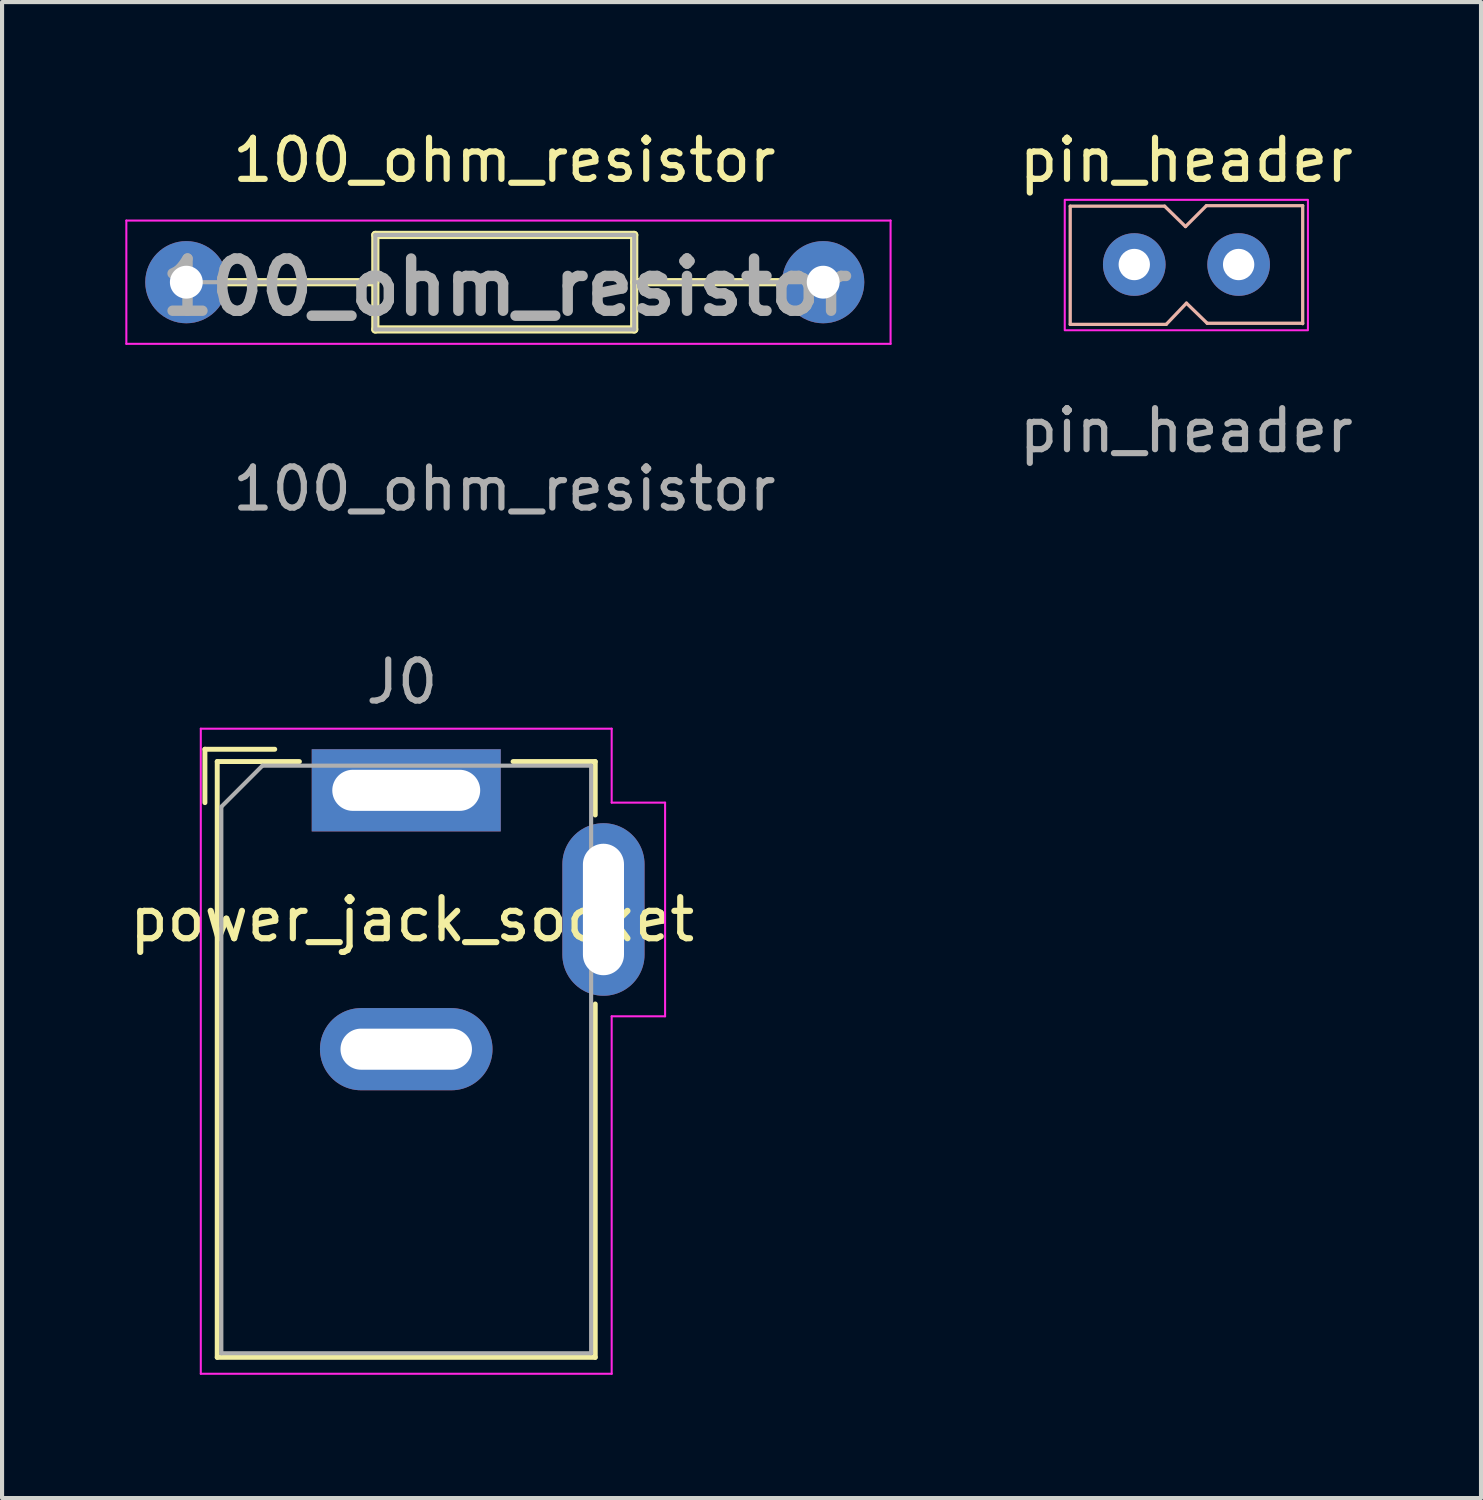
<source format=kicad_pcb>
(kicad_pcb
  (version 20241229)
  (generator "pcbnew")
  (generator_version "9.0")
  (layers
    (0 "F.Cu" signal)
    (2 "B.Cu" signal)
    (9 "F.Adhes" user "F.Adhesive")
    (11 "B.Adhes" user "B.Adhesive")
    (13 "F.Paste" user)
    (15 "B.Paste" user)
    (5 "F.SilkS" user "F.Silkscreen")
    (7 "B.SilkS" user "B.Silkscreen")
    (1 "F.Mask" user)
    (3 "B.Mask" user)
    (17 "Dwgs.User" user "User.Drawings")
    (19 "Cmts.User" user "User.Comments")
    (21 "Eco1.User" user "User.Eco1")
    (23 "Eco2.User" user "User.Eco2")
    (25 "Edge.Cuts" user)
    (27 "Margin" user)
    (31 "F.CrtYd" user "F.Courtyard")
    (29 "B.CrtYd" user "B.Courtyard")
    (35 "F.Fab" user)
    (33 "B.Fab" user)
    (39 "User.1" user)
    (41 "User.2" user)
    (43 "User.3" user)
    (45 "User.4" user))
  (footprint "power_jack_socket"
    (layer "F.Cu")
    (at 6.757 23.705)
    (property "Reference" "power_jack_socket" (at 0.225 -4.375 0) (unlocked yes) (layer "F.SilkS") (effects (font (size 1 1) (thickness 0.15))))
    (attr through_hole)
    (fp_line (start -4.82 -8.52) (end -4.82 -7.22) (stroke (width 0.12) (type solid)) (layer "F.SilkS"))
    (fp_line (start -4.52 -8.22) (end -2.52 -8.22) (stroke (width 0.12) (type solid)) (layer "F.SilkS"))
    (fp_line (start -4.52 6.28) (end -4.52 -8.22) (stroke (width 0.12) (type solid)) (layer "F.SilkS"))
    (fp_line (start -3.12 -8.52) (end -4.82 -8.52) (stroke (width 0.12) (type solid)) (layer "F.SilkS"))
    (fp_line (start 2.68 -8.22) (end 4.68 -8.22) (stroke (width 0.12) (type solid)) (layer "F.SilkS"))
    (fp_line (start 4.68 -8.22) (end 4.68 -6.92) (stroke (width 0.12) (type solid)) (layer "F.SilkS"))
    (fp_line (start 4.68 -2.32) (end 4.68 6.28) (stroke (width 0.12) (type solid)) (layer "F.SilkS"))
    (fp_line (start 4.68 6.28) (end -4.52 6.28) (stroke (width 0.12) (type solid)) (layer "F.SilkS"))
    (fp_line (start -4.92 -9.02) (end -4.92 6.68) (stroke (width 0.05) (type solid)) (layer "F.CrtYd"))
    (fp_line (start -4.92 6.68) (end 5.08 6.68) (stroke (width 0.05) (type solid)) (layer "F.CrtYd"))
    (fp_line (start 5.08 -9.02) (end -4.92 -9.02) (stroke (width 0.05) (type solid)) (layer "F.CrtYd"))
    (fp_line (start 5.08 -7.22) (end 5.08 -9.02) (stroke (width 0.05) (type solid)) (layer "F.CrtYd"))
    (fp_line (start 5.08 6.68) (end 5.08 -2.02) (stroke (width 0.05) (type solid)) (layer "F.CrtYd"))
    (fp_line (start 6.38 -7.22) (end 5.08 -7.22) (stroke (width 0.05) (type solid)) (layer "F.CrtYd"))
    (fp_line (start 6.38 -7.22) (end 6.38 -2.02) (stroke (width 0.05) (type solid)) (layer "F.CrtYd"))
    (fp_line (start 6.38 -2.02) (end 5.08 -2.02) (stroke (width 0.05) (type solid)) (layer "F.CrtYd"))
    (fp_line (start -4.42 -7.12) (end -3.42 -8.12) (stroke (width 0.1) (type solid)) (layer "F.Fab"))
    (fp_line (start -4.42 6.18) (end -4.42 -7.12) (stroke (width 0.1) (type solid)) (layer "F.Fab"))
    (fp_line (start 4.58 -8.12) (end -3.42 -8.12) (stroke (width 0.1) (type solid)) (layer "F.Fab"))
    (fp_line (start 4.58 -8.12) (end 4.58 6.18) (stroke (width 0.1) (type solid)) (layer "F.Fab"))
    (fp_line (start 4.58 6.18) (end -4.42 6.18) (stroke (width 0.1) (type solid)) (layer "F.Fab"))
    (fp_text user "J0" (at -0.025 -10.16 0) (unlocked yes) (layer "F.Fab") (effects (font (size 1 1) (thickness 0.15))))
    (pad "1" thru_hole rect (at 0.08 -7.52) (size 4.6 2) (drill oval 3.6 1) (layers "*.Cu" "*.Mask"))
    (pad "2" thru_hole oval (at 0.08 -1.22) (size 4.2 2) (drill oval 3.2 1) (layers "*.Cu" "*.Mask"))
    (pad "3" thru_hole oval (at 4.88 -4.62) (size 2 4.2) (drill oval 1 3.2) (layers "*.Cu" "*.Mask")))
  (footprint "pin_header"
    (layer "F.Cu")
    (at 25.823 3.388)
    (property "Reference" "pin_header" (at 0 -2.54 0) (unlocked yes) (layer "F.SilkS") (effects (font (size 1 1) (thickness 0.15))))
    (attr through_hole)
    (fp_line (start -2.826 -1.42) (end -2.826 1.457) (stroke (width 0.08) (type solid)) (layer "B.SilkS"))
    (fp_line (start -2.826 1.457) (end -0.49 1.457) (stroke (width 0.08) (type solid)) (layer "B.SilkS"))
    (fp_line (start -0.528 -1.42) (end -2.826 -1.42) (stroke (width 0.08) (type solid)) (layer "B.SilkS"))
    (fp_line (start -0.02 -0.924) (end -0.528 -1.42) (stroke (width 0.08) (type solid)) (layer "B.SilkS"))
    (fp_line (start -0.02 -0.924) (end 0.488 -1.432) (stroke (width 0.08) (type solid)) (layer "B.SilkS"))
    (fp_line (start 0.003 0.94) (end -0.49 1.457) (stroke (width 0.08) (type solid)) (layer "B.SilkS"))
    (fp_line (start 0.003 0.94) (end 0.508 1.43) (stroke (width 0.08) (type solid)) (layer "B.SilkS"))
    (fp_line (start 0.488 -1.432) (end 2.832 -1.432) (stroke (width 0.08) (type solid)) (layer "B.SilkS"))
    (fp_line (start 2.832 -1.432) (end 2.832 1.44) (stroke (width 0.08) (type solid)) (layer "B.SilkS"))
    (fp_line (start 2.832 1.43) (end 0.508 1.43) (stroke (width 0.08) (type solid)) (layer "B.SilkS"))
    (fp_rect (start -2.959 -1.575) (end 2.959 1.6) (stroke (width 0.05) (type solid)) (fill no) (layer "F.CrtYd"))
    (fp_poly (pts (xy 1.801 2.9) (xy 0.005 1.104) (xy -1.791 2.9)) (stroke (width 0.12) (type solid)) (fill no) (layer "User.1"))
    (fp_poly (pts (xy -1.796 -2.909) (xy 0 -1.113) (xy 1.131 -2.244) (xy 1.796 -2.909)) (stroke (width 0.12) (type solid)) (fill no) (layer "User.1"))
    (fp_text user "${REFERENCE}" (at 0 4.04 0) (unlocked yes) (layer "F.Fab") (effects (font (size 1 1) (thickness 0.15))))
    (pad "1" thru_hole circle (at -1.267 0) (size 1.524 1.524) (drill 0.762) (layers "*.Cu" "*.Mask"))
    (pad "2" thru_hole circle (at 1.273 0) (size 1.524 1.524) (drill 0.762) (layers "*.Cu" "*.Mask")))
  (footprint "100_ohm_resistor"
    (layer "F.Cu")
    (at 9.225 3.848)
    (property "Reference" "100_ohm_resistor" (at 0 -3 0) (unlocked yes) (layer "F.SilkS") (effects (font (size 1 1) (thickness 0.15))))
    (attr through_hole)
    (fp_line (start -6.79 -0.03) (end -3.14 -0.03) (stroke (width 0.2) (type solid)) (layer "F.SilkS"))
    (fp_line (start -3.14 -1.18) (end 3.16 -1.18) (stroke (width 0.2) (type solid)) (layer "F.SilkS"))
    (fp_line (start -3.14 1.12) (end -3.14 -1.18) (stroke (width 0.2) (type solid)) (layer "F.SilkS"))
    (fp_line (start 3.16 -1.18) (end 3.16 1.12) (stroke (width 0.2) (type solid)) (layer "F.SilkS"))
    (fp_line (start 3.16 -0.03) (end 6.81 -0.03) (stroke (width 0.2) (type solid)) (layer "F.SilkS"))
    (fp_line (start 3.16 1.12) (end -3.14 1.12) (stroke (width 0.2) (type solid)) (layer "F.SilkS"))
    (fp_line (start -9.2 -1.53) (end 9.4 -1.53) (stroke (width 0.05) (type solid)) (layer "F.CrtYd"))
    (fp_line (start -9.2 1.47) (end -9.2 -1.53) (stroke (width 0.05) (type solid)) (layer "F.CrtYd"))
    (fp_line (start 9.4 -1.53) (end 9.4 1.47) (stroke (width 0.05) (type solid)) (layer "F.CrtYd"))
    (fp_line (start 9.4 1.47) (end -9.2 1.47) (stroke (width 0.05) (type solid)) (layer "F.CrtYd"))
    (fp_line (start -7.74 -0.03) (end -3.14 -0.03) (stroke (width 0.1) (type solid)) (layer "F.Fab"))
    (fp_line (start -3.14 -1.18) (end 3.16 -1.18) (stroke (width 0.1) (type solid)) (layer "F.Fab"))
    (fp_line (start -3.14 1.12) (end -3.14 -1.18) (stroke (width 0.1) (type solid)) (layer "F.Fab"))
    (fp_line (start 3.16 -1.18) (end 3.16 1.12) (stroke (width 0.1) (type solid)) (layer "F.Fab"))
    (fp_line (start 3.16 -0.03) (end 7.76 -0.03) (stroke (width 0.1) (type solid)) (layer "F.Fab"))
    (fp_line (start 3.16 1.12) (end -3.14 1.12) (stroke (width 0.1) (type solid)) (layer "F.Fab"))
    (fp_text user "${REFERENCE}" (at 0 5 0) (unlocked yes) (layer "F.Fab") (effects (font (size 1 1) (thickness 0.15))))
    (fp_text user "${REFERENCE}" (at 0.06 0.09 0) (layer "F.Fab") (effects (font (size 1.27 1.27) (thickness 0.254))))
    (pad "1" thru_hole circle (at -7.74 -0.03) (size 2 2) (drill 0.8) (layers "*.Cu" "*.Mask"))
    (pad "2" thru_hole circle (at 7.76 -0.03) (size 2 2) (drill 0.8) (layers "*.Cu" "*.Mask")))
  (gr_rect
    (start -3 -3)
    (end 32.995 33.41)
    (stroke (width 0.1) (type default))
    (fill no)
    (layer "Edge.Cuts")))
</source>
